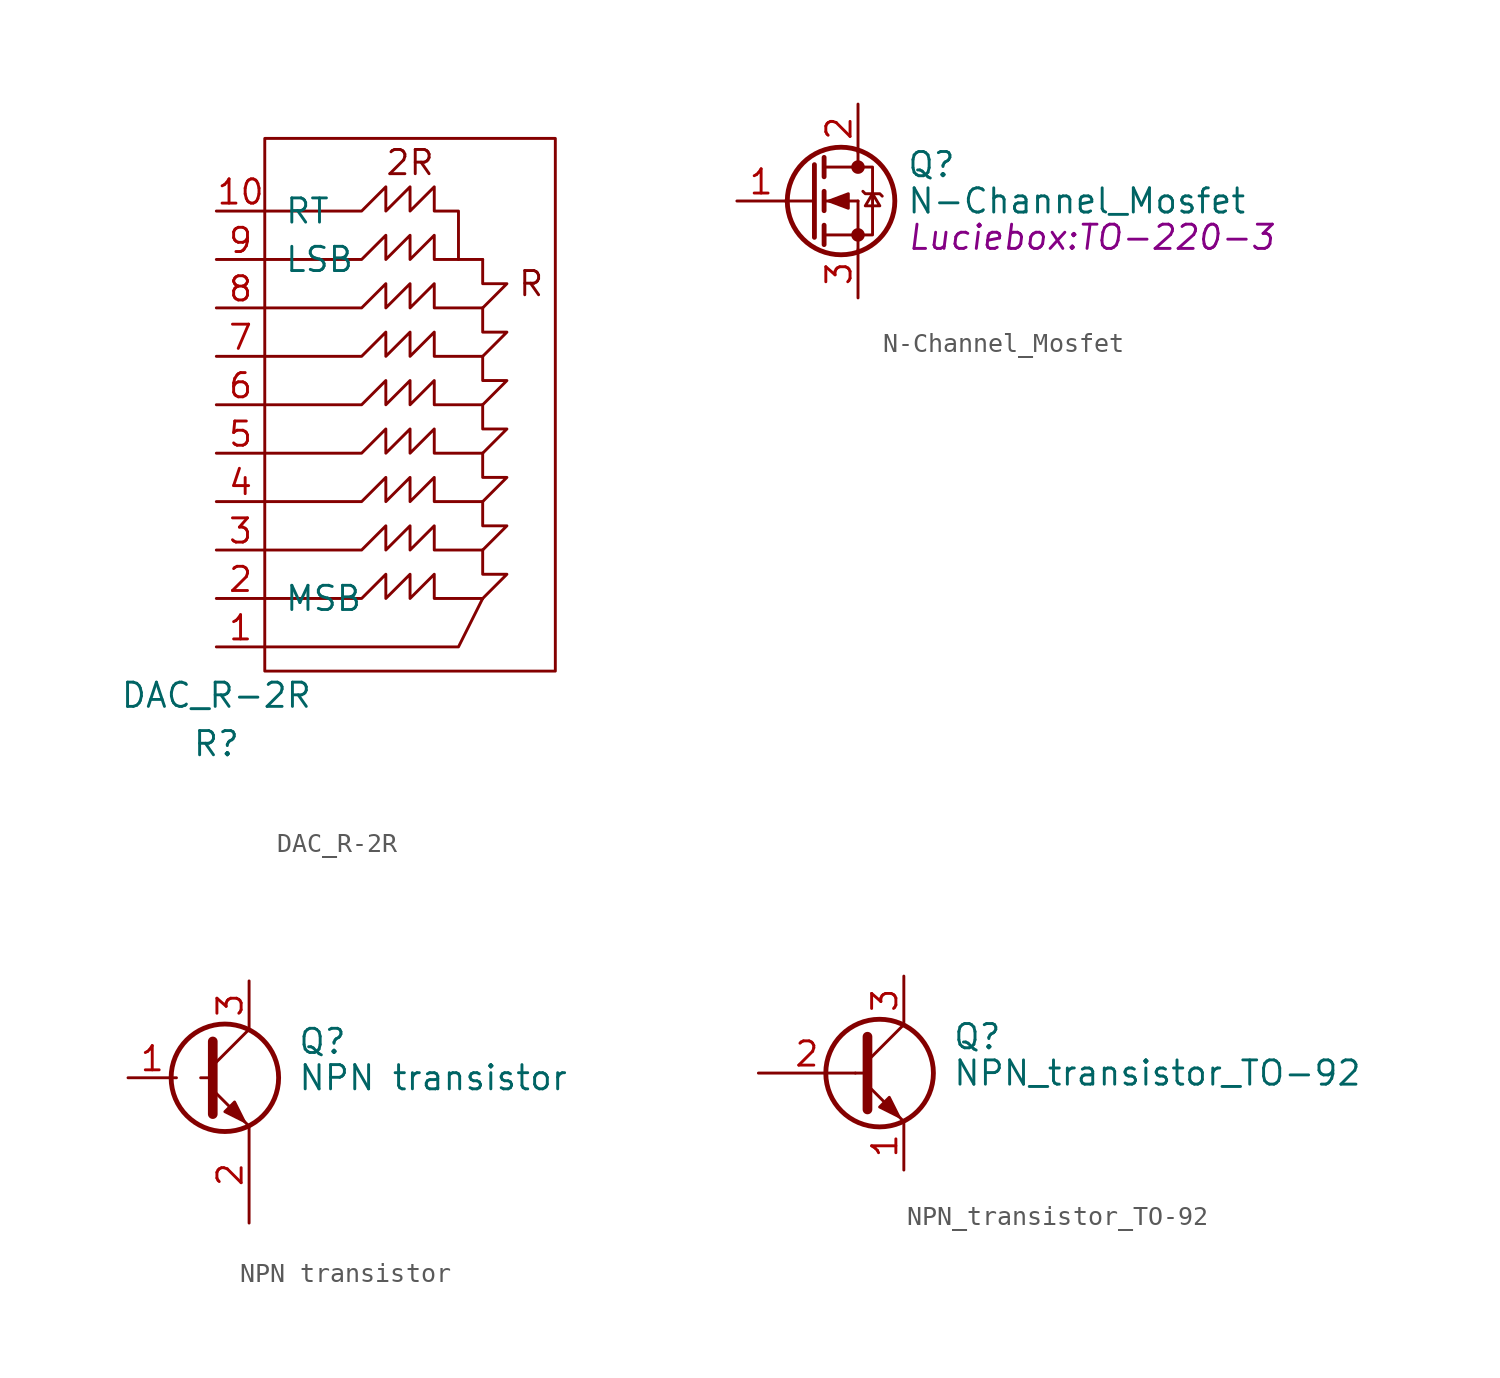
<source format=kicad_sym>
(kicad_symbol_lib
  (version 20211014)
  (generator kicad_symbol_editor)
  (symbol "DAC_R-2R"
    (pin_names
      (offset 1.016))
    (property "Reference" "R"
      (at 0 -5.08 0)
      (effects (font (size 1.27 1.27))))
    (property "Value" "DAC_R-2R"
      (at 0 -2.54 0)
      (effects (font (size 1.27 1.27))))
    (symbol "DAC_R-2R_0_0"
      (polyline (pts (xy 13.97 20.32) (xy 12.7 20.32)) (stroke (width 0) (type default) (color 0 0 0 0)) (fill (type none)))
      (polyline (pts (xy 13.97 2.54) (xy 12.7 0) (xy 2.54 0)) (stroke (width 0) (type default) (color 0 0 0 0)) (fill (type none)))
      (polyline (pts (xy 13.97 17.78) (xy 15.24 19.05) (xy 13.97 19.05) (xy 13.97 20.32)) (stroke (width 0) (type default) (color 0 0 0 0)) (fill (type none)))
      (polyline (pts (xy 2.54 17.78) (xy 7.62 17.78) (xy 8.89 19.05) (xy 8.89 17.78) (xy 10.16 19.05) (xy 10.16 17.78) (xy 11.43 19.05) (xy 11.43 17.78) (xy 13.97 17.78)) (stroke (width 0) (type default) (color 0 0 0 0)) (fill (type none)))
      (polyline (pts (xy 2.54 22.86) (xy 7.62 22.86) (xy 8.89 24.13) (xy 8.89 22.86) (xy 10.16 24.13) (xy 10.16 22.86) (xy 11.43 24.13) (xy 11.43 22.86) (xy 12.7 22.86) (xy 12.7 20.32) (xy 11.43 20.32) (xy 11.43 21.59) (xy 10.16 20.32) (xy 10.16 21.59) (xy 8.89 20.32) (xy 8.89 21.59) (xy 7.62 20.32) (xy 2.54 20.32)) (stroke (width 0) (type default) (color 0 0 0 0)) (fill (type none)))
      (rectangle (start 2.54 26.67) (end 17.78 -1.27) (stroke (width 0) (type default) (color 0 0 0 0)) (fill (type none)))
      (text "2R" (at 10.16 25.4 0) (effects (font (size 1.27 1.27))))
      (text "R" (at 16.51 19.05 0) (effects (font (size 1.27 1.27))))
      (pin output line (at 0 0 0) (length 2.54) (name "~" (effects (font (size 1.27 1.27)))) (number "1" (effects (font (size 1.27 1.27)))))
      (pin input line (at 0 22.86 0) (length 2.54) (name "RT" (effects (font (size 1.27 1.27)))) (number "10" (effects (font (size 1.27 1.27)))))
      (pin input line (at 0 2.54 0) (length 2.54) (name "MSB" (effects (font (size 1.27 1.27)))) (number "2" (effects (font (size 1.27 1.27)))))
      (pin input line (at 0 5.08 0) (length 2.54) (name "~" (effects (font (size 1.27 1.27)))) (number "3" (effects (font (size 1.27 1.27)))))
      (pin input line (at 0 7.62 0) (length 2.54) (name "~" (effects (font (size 1.27 1.27)))) (number "4" (effects (font (size 1.27 1.27)))))
      (pin input line (at 0 10.16 0) (length 2.54) (name "~" (effects (font (size 1.27 1.27)))) (number "5" (effects (font (size 1.27 1.27)))))
      (pin input line (at 0 12.7 0) (length 2.54) (name "~" (effects (font (size 1.27 1.27)))) (number "6" (effects (font (size 1.27 1.27)))))
      (pin input line (at 0 15.24 0) (length 2.54) (name "~" (effects (font (size 1.27 1.27)))) (number "7" (effects (font (size 1.27 1.27)))))
      (pin input line (at 0 17.78 0) (length 2.54) (name "~" (effects (font (size 1.27 1.27)))) (number "8" (effects (font (size 1.27 1.27)))))
      (pin input line (at 0 20.32 0) (length 2.54) (name "LSB" (effects (font (size 1.27 1.27)))) (number "9" (effects (font (size 1.27 1.27))))))
    (symbol "DAC_R-2R_1_1"
      (polyline (pts (xy 13.97 2.54) (xy 15.24 3.81) (xy 13.97 3.81) (xy 13.97 5.08)) (stroke (width 0) (type default) (color 0 0 0 0)) (fill (type none)))
      (polyline (pts (xy 13.97 5.08) (xy 15.24 6.35) (xy 13.97 6.35) (xy 13.97 7.62)) (stroke (width 0) (type default) (color 0 0 0 0)) (fill (type none)))
      (polyline (pts (xy 13.97 7.62) (xy 15.24 8.89) (xy 13.97 8.89) (xy 13.97 10.16)) (stroke (width 0) (type default) (color 0 0 0 0)) (fill (type none)))
      (polyline (pts (xy 13.97 10.16) (xy 15.24 11.43) (xy 13.97 11.43) (xy 13.97 12.7)) (stroke (width 0) (type default) (color 0 0 0 0)) (fill (type none)))
      (polyline (pts (xy 13.97 12.7) (xy 15.24 13.97) (xy 13.97 13.97) (xy 13.97 15.24)) (stroke (width 0) (type default) (color 0 0 0 0)) (fill (type none)))
      (polyline (pts (xy 13.97 15.24) (xy 15.24 16.51) (xy 13.97 16.51) (xy 13.97 17.78)) (stroke (width 0) (type default) (color 0 0 0 0)) (fill (type none)))
      (polyline (pts (xy 2.54 2.54) (xy 7.62 2.54) (xy 8.89 3.81) (xy 8.89 2.54) (xy 10.16 3.81) (xy 10.16 2.54) (xy 11.43 3.81) (xy 11.43 2.54) (xy 13.97 2.54)) (stroke (width 0) (type default) (color 0 0 0 0)) (fill (type none)))
      (polyline (pts (xy 2.54 5.08) (xy 7.62 5.08) (xy 8.89 6.35) (xy 8.89 5.08) (xy 10.16 6.35) (xy 10.16 5.08) (xy 11.43 6.35) (xy 11.43 5.08) (xy 13.97 5.08)) (stroke (width 0) (type default) (color 0 0 0 0)) (fill (type none)))
      (polyline (pts (xy 2.54 7.62) (xy 7.62 7.62) (xy 8.89 8.89) (xy 8.89 7.62) (xy 10.16 8.89) (xy 10.16 7.62) (xy 11.43 8.89) (xy 11.43 7.62) (xy 13.97 7.62)) (stroke (width 0) (type default) (color 0 0 0 0)) (fill (type none)))
      (polyline (pts (xy 2.54 10.16) (xy 7.62 10.16) (xy 8.89 11.43) (xy 8.89 10.16) (xy 10.16 11.43) (xy 10.16 10.16) (xy 11.43 11.43) (xy 11.43 10.16) (xy 13.97 10.16)) (stroke (width 0) (type default) (color 0 0 0 0)) (fill (type none)))
      (polyline (pts (xy 2.54 12.7) (xy 7.62 12.7) (xy 8.89 13.97) (xy 8.89 12.7) (xy 10.16 13.97) (xy 10.16 12.7) (xy 11.43 13.97) (xy 11.43 12.7) (xy 13.97 12.7)) (stroke (width 0) (type default) (color 0 0 0 0)) (fill (type none)))
      (polyline (pts (xy 2.54 15.24) (xy 7.62 15.24) (xy 8.89 16.51) (xy 8.89 15.24) (xy 10.16 16.51) (xy 10.16 15.24) (xy 11.43 16.51) (xy 11.43 15.24) (xy 13.97 15.24)) (stroke (width 0) (type default) (color 0 0 0 0)) (fill (type none)))))
  (symbol "N-Channel_Mosfet"
    (pin_names hide)
    (property "Reference" "Q"
      (at 5.08 1.905 0)
      (effects (font (size 1.27 1.27)) (justify left)))
    (property "Value" "N-Channel_Mosfet"
      (at 5.08 0 0)
      (effects (font (size 1.27 1.27)) (justify left)))
    (property "Footprint" "Luciebox:TO-220-3"
      (at 5.08 -1.905 0)
      (effects (font (size 1.27 1.27) italic) (justify left)))
    (symbol "N-Channel_Mosfet_0_1"
      (polyline (pts (xy -1.27 0) (xy 0.254 0)) (stroke (width 0) (type default) (color 0 0 0 0)) (fill (type none)))
      (polyline (pts (xy 0.762 -1.778) (xy 2.54 -1.778)) (stroke (width 0) (type default) (color 0 0 0 0)) (fill (type none)))
      (polyline (pts (xy 0.762 -1.27) (xy 0.762 -2.286)) (stroke (width 0.254) (type default) (color 0 0 0 0)) (fill (type none)))
      (polyline (pts (xy 0.762 0) (xy 2.54 0)) (stroke (width 0) (type default) (color 0 0 0 0)) (fill (type none)))
      (polyline (pts (xy 0.762 0.508) (xy 0.762 -0.508)) (stroke (width 0.254) (type default) (color 0 0 0 0)) (fill (type none)))
      (polyline (pts (xy 0.762 1.778) (xy 2.54 1.778)) (stroke (width 0) (type default) (color 0 0 0 0)) (fill (type none)))
      (polyline (pts (xy 0.762 2.286) (xy 0.762 1.27)) (stroke (width 0.254) (type default) (color 0 0 0 0)) (fill (type none)))
      (polyline (pts (xy 2.54 -1.778) (xy 2.54 -2.54)) (stroke (width 0) (type default) (color 0 0 0 0)) (fill (type none)))
      (polyline (pts (xy 2.54 -1.778) (xy 2.54 0)) (stroke (width 0) (type default) (color 0 0 0 0)) (fill (type none)))
      (polyline (pts (xy 2.54 2.54) (xy 2.54 1.778)) (stroke (width 0) (type default) (color 0 0 0 0)) (fill (type none)))
      (polyline (pts (xy 0.254 1.905) (xy 0.254 -1.905) (xy 0.254 -1.905)) (stroke (width 0.254) (type default) (color 0 0 0 0)) (fill (type none)))
      (polyline (pts (xy 1.016 0) (xy 2.032 0.381) (xy 2.032 -0.381) (xy 1.016 0)) (stroke (width 0) (type default) (color 0 0 0 0)) (fill (type outline)))
      (polyline (pts (xy 2.54 -1.778) (xy 3.302 -1.778) (xy 3.302 1.778) (xy 2.54 1.778)) (stroke (width 0) (type default) (color 0 0 0 0)) (fill (type none)))
      (polyline (pts (xy 2.794 0.508) (xy 2.921 0.381) (xy 3.683 0.381) (xy 3.81 0.254)) (stroke (width 0) (type default) (color 0 0 0 0)) (fill (type none)))
      (polyline (pts (xy 3.302 0.381) (xy 2.921 -0.254) (xy 3.683 -0.254) (xy 3.302 0.381)) (stroke (width 0) (type default) (color 0 0 0 0)) (fill (type none)))
      (circle (center 1.651 0) (radius 2.819) (stroke (width 0.254) (type default) (color 0 0 0 0)) (fill (type none)))
      (circle (center 2.54 -1.778) (radius 0.279) (stroke (width 0) (type default) (color 0 0 0 0)) (fill (type outline)))
      (circle (center 2.54 1.778) (radius 0.279) (stroke (width 0) (type default) (color 0 0 0 0)) (fill (type outline))))
    (symbol "N-Channel_Mosfet_1_1"
      (pin passive line (at -3.81 0 0) (length 2.54) (name "G" (effects (font (size 1.27 1.27)))) (number "1" (effects (font (size 1.27 1.27)))))
      (pin passive line (at 2.54 5.08 270) (length 2.54) (name "D" (effects (font (size 1.27 1.27)))) (number "2" (effects (font (size 1.27 1.27)))))
      (pin passive line (at 2.54 -5.08 90) (length 2.54) (name "S" (effects (font (size 1.27 1.27)))) (number "3" (effects (font (size 1.27 1.27)))))))
  (symbol "NPN transistor"
    (pin_names
      (offset 0) hide)
    (property "Reference" "Q"
      (at 5.08 1.905 0)
      (effects (font (size 1.27 1.27)) (justify left)))
    (property "Value" "NPN transistor"
      (at 5.08 0 0)
      (effects (font (size 1.27 1.27)) (justify left)))
    (symbol "NPN transistor_0_1"
      (polyline (pts (xy 0 0) (xy 0.635 0)) (stroke (width 0) (type default) (color 0 0 0 0)) (fill (type none)))
      (polyline (pts (xy 0.635 0.635) (xy 2.54 2.54)) (stroke (width 0) (type default) (color 0 0 0 0)) (fill (type none)))
      (polyline (pts (xy 0.635 -0.635) (xy 2.54 -2.54) (xy 2.54 -2.54)) (stroke (width 0) (type default) (color 0 0 0 0)) (fill (type none)))
      (polyline (pts (xy 0.635 1.905) (xy 0.635 -1.905) (xy 0.635 -1.905)) (stroke (width 0.508) (type default) (color 0 0 0 0)) (fill (type none)))
      (polyline (pts (xy 1.27 -1.778) (xy 1.778 -1.27) (xy 2.286 -2.286) (xy 1.27 -1.778) (xy 1.27 -1.778)) (stroke (width 0) (type default) (color 0 0 0 0)) (fill (type outline)))
      (circle (center 1.27 0) (radius 2.819) (stroke (width 0.254) (type default) (color 0 0 0 0)) (fill (type none))))
    (symbol "NPN transistor_1_1"
      (pin passive line (at -3.81 0 0) (length 2.54) (name "C" (effects (font (size 1.27 1.27)))) (number "1" (effects (font (size 1.27 1.27)))))
      (pin input line (at 2.54 -7.62 90) (length 5.08) (name "B" (effects (font (size 1.27 1.27)))) (number "2" (effects (font (size 1.27 1.27)))))
      (pin passive line (at 2.54 5.08 270) (length 2.54) (name "E" (effects (font (size 1.27 1.27)))) (number "3" (effects (font (size 1.27 1.27)))))))
  (symbol "NPN_transistor_TO-92"
    (pin_names
      (offset 0) hide)
    (property "Reference" "Q"
      (at 5.08 1.905 0)
      (effects (font (size 1.27 1.27)) (justify left)))
    (property "Value" "NPN_transistor_TO-92"
      (at 5.08 0 0)
      (effects (font (size 1.27 1.27)) (justify left)))
    (symbol "NPN_transistor_TO-92_0_1"
      (polyline (pts (xy 0 0) (xy 0.635 0)) (stroke (width 0) (type default) (color 0 0 0 0)) (fill (type none)))
      (polyline (pts (xy 0.635 0.635) (xy 2.54 2.54)) (stroke (width 0) (type default) (color 0 0 0 0)) (fill (type none)))
      (polyline (pts (xy 0.635 -0.635) (xy 2.54 -2.54) (xy 2.54 -2.54)) (stroke (width 0) (type default) (color 0 0 0 0)) (fill (type none)))
      (polyline (pts (xy 0.635 1.905) (xy 0.635 -1.905) (xy 0.635 -1.905)) (stroke (width 0.508) (type default) (color 0 0 0 0)) (fill (type none)))
      (polyline (pts (xy 1.27 -1.778) (xy 1.778 -1.27) (xy 2.286 -2.286) (xy 1.27 -1.778) (xy 1.27 -1.778)) (stroke (width 0) (type default) (color 0 0 0 0)) (fill (type outline)))
      (circle (center 1.27 0) (radius 2.819) (stroke (width 0.254) (type default) (color 0 0 0 0)) (fill (type none))))
    (symbol "NPN_transistor_TO-92_1_1"
      (pin passive line (at 2.54 -5.08 90) (length 2.54) (name "C" (effects (font (size 1.27 1.27)))) (number "1" (effects (font (size 1.27 1.27)))))
      (pin input line (at -5.08 0 0) (length 5.08) (name "B" (effects (font (size 1.27 1.27)))) (number "2" (effects (font (size 1.27 1.27)))))
      (pin passive line (at 2.54 5.08 270) (length 2.54) (name "E" (effects (font (size 1.27 1.27)))) (number "3" (effects (font (size 1.27 1.27))))))))
</source>
